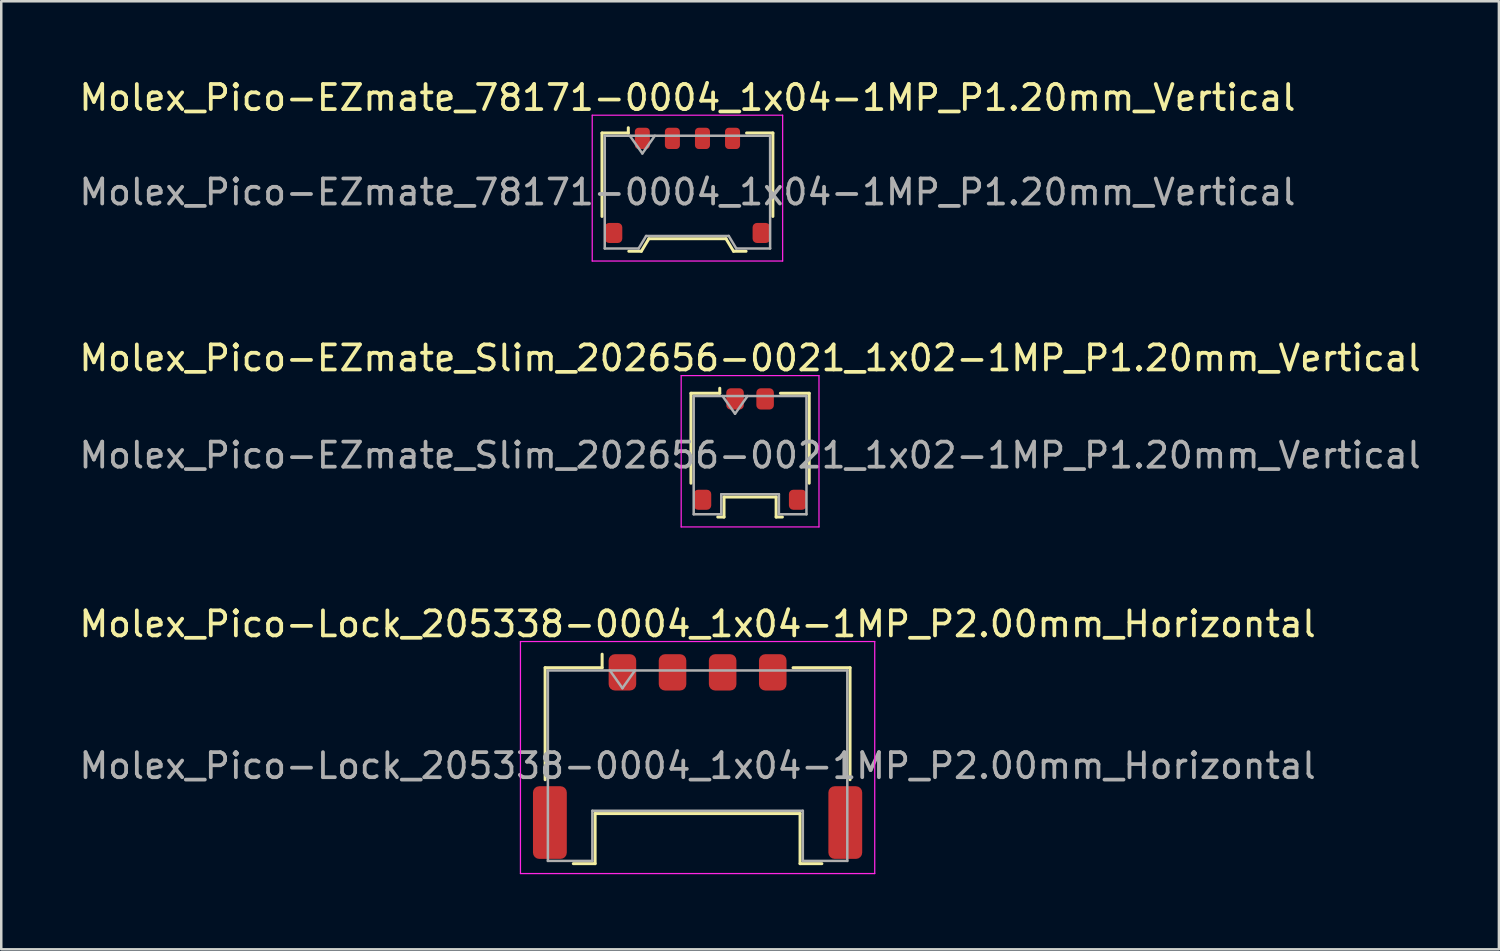
<source format=kicad_pcb>
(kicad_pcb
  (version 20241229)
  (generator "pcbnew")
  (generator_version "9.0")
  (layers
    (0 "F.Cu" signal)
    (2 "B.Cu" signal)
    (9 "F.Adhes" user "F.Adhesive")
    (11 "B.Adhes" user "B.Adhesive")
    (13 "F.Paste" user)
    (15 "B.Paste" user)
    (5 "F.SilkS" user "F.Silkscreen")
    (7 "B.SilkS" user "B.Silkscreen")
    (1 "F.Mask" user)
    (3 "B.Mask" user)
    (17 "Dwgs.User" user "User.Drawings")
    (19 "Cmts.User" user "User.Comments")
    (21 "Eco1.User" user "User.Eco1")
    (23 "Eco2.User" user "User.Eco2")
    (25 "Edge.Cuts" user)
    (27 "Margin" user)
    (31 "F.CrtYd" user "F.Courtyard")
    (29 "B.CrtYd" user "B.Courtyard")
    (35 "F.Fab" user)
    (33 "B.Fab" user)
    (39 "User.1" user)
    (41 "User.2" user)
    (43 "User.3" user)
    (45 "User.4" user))
  (footprint "Molex_Pico-EZmate_78171-0004_1x04-1MP_P1.20mm_Vertical"
    (layer "F.Cu")
    (at 24.387 4.348)
    (property "Reference" "Molex_Pico-EZmate_78171-0004_1x04-1MP_P1.20mm_Vertical" (at 0 -3.5 0) (layer "F.SilkS") (effects (font (size 1 1) (thickness 0.15))))
    (attr smd)
    (fp_line (start -3.41 -2.09) (end -2.36 -2.09) (stroke (width 0.12) (type solid)) (layer "F.SilkS"))
    (fp_line (start -3.41 1.24) (end -3.41 -2.09) (stroke (width 0.12) (type solid)) (layer "F.SilkS"))
    (fp_line (start -2.36 -2.09) (end -2.36 -2.3) (stroke (width 0.12) (type solid)) (layer "F.SilkS"))
    (fp_line (start -2.34 2.63) (end -1.84 2.63) (stroke (width 0.12) (type solid)) (layer "F.SilkS"))
    (fp_line (start -1.84 2.63) (end -1.54 2.13) (stroke (width 0.12) (type solid)) (layer "F.SilkS"))
    (fp_line (start -1.54 2.13) (end 1.54 2.13) (stroke (width 0.12) (type solid)) (layer "F.SilkS"))
    (fp_line (start 1.54 2.13) (end 1.84 2.63) (stroke (width 0.12) (type solid)) (layer "F.SilkS"))
    (fp_line (start 1.84 2.63) (end 2.34 2.63) (stroke (width 0.12) (type solid)) (layer "F.SilkS"))
    (fp_line (start 3.41 -2.09) (end 2.36 -2.09) (stroke (width 0.12) (type solid)) (layer "F.SilkS"))
    (fp_line (start 3.41 1.24) (end 3.41 -2.09) (stroke (width 0.12) (type solid)) (layer "F.SilkS"))
    (fp_line (start -3.8 -2.8) (end -3.8 3.02) (stroke (width 0.05) (type solid)) (layer "F.CrtYd"))
    (fp_line (start -3.8 3.02) (end 3.8 3.02) (stroke (width 0.05) (type solid)) (layer "F.CrtYd"))
    (fp_line (start 3.8 -2.8) (end -3.8 -2.8) (stroke (width 0.05) (type solid)) (layer "F.CrtYd"))
    (fp_line (start 3.8 3.02) (end 3.8 -2.8) (stroke (width 0.05) (type solid)) (layer "F.CrtYd"))
    (fp_line (start -3.3 -1.98) (end -3.3 2.52) (stroke (width 0.1) (type solid)) (layer "F.Fab"))
    (fp_line (start -3.3 -1.98) (end 3.3 -1.98) (stroke (width 0.1) (type solid)) (layer "F.Fab"))
    (fp_line (start -3.3 2.52) (end -1.95 2.52) (stroke (width 0.1) (type solid)) (layer "F.Fab"))
    (fp_line (start -2.3 -1.98) (end -1.8 -1.273) (stroke (width 0.1) (type solid)) (layer "F.Fab"))
    (fp_line (start -1.95 2.52) (end -1.65 2.02) (stroke (width 0.1) (type solid)) (layer "F.Fab"))
    (fp_line (start -1.8 -1.273) (end -1.3 -1.98) (stroke (width 0.1) (type solid)) (layer "F.Fab"))
    (fp_line (start -1.65 2.02) (end 1.65 2.02) (stroke (width 0.1) (type solid)) (layer "F.Fab"))
    (fp_line (start 1.65 2.02) (end 1.95 2.52) (stroke (width 0.1) (type solid)) (layer "F.Fab"))
    (fp_line (start 1.95 2.52) (end 3.3 2.52) (stroke (width 0.1) (type solid)) (layer "F.Fab"))
    (fp_line (start 3.3 -1.98) (end 3.3 2.52) (stroke (width 0.1) (type solid)) (layer "F.Fab"))
    (fp_text user "${REFERENCE}" (at 0 0.27 0) (layer "F.Fab") (effects (font (size 1 1) (thickness 0.15))))
    (pad "1" smd roundrect (at -1.8 -1.875) (size 0.6 0.85) (layers "F.Cu" "F.Mask" "F.Paste") (roundrect_rratio 0.25))
    (pad "2" smd roundrect (at -0.6 -1.875) (size 0.6 0.85) (layers "F.Cu" "F.Mask" "F.Paste") (roundrect_rratio 0.25))
    (pad "3" smd roundrect (at 0.6 -1.875) (size 0.6 0.85) (layers "F.Cu" "F.Mask" "F.Paste") (roundrect_rratio 0.25))
    (pad "4" smd roundrect (at 1.8 -1.875) (size 0.6 0.85) (layers "F.Cu" "F.Mask" "F.Paste") (roundrect_rratio 0.25))
    (pad "MP" smd roundrect (at -2.95 1.9) (size 0.7 0.8) (layers "F.Cu" "F.Mask" "F.Paste") (roundrect_rratio 0.25))
    (pad "MP" smd roundrect (at 2.95 1.9) (size 0.7 0.8) (layers "F.Cu" "F.Mask" "F.Paste") (roundrect_rratio 0.25)))
  (footprint "Molex_Pico-EZmate_Slim_202656-0021_1x02-1MP_P1.20mm_Vertical"
    (layer "F.Cu")
    (at 26.887 14.871)
    (property "Reference" "Molex_Pico-EZmate_Slim_202656-0021_1x02-1MP_P1.20mm_Vertical" (at 0 -3.63 0) (layer "F.SilkS") (effects (font (size 1 1) (thickness 0.15))))
    (attr smd)
    (fp_line (start -2.36 -2.225) (end -1.21 -2.225) (stroke (width 0.12) (type solid)) (layer "F.SilkS"))
    (fp_line (start -2.36 1.365) (end -2.36 -2.225) (stroke (width 0.12) (type solid)) (layer "F.SilkS"))
    (fp_line (start -1.29 2.715) (end -1.04 2.715) (stroke (width 0.12) (type solid)) (layer "F.SilkS"))
    (fp_line (start -1.21 -2.225) (end -1.21 -2.425) (stroke (width 0.12) (type solid)) (layer "F.SilkS"))
    (fp_line (start -1.04 1.915) (end 1.04 1.915) (stroke (width 0.12) (type solid)) (layer "F.SilkS"))
    (fp_line (start -1.04 2.715) (end -1.04 1.915) (stroke (width 0.12) (type solid)) (layer "F.SilkS"))
    (fp_line (start 1.04 1.915) (end 1.04 2.715) (stroke (width 0.12) (type solid)) (layer "F.SilkS"))
    (fp_line (start 1.04 2.715) (end 1.29 2.715) (stroke (width 0.12) (type solid)) (layer "F.SilkS"))
    (fp_line (start 2.36 -2.225) (end 1.21 -2.225) (stroke (width 0.12) (type solid)) (layer "F.SilkS"))
    (fp_line (start 2.36 1.365) (end 2.36 -2.225) (stroke (width 0.12) (type solid)) (layer "F.SilkS"))
    (fp_line (start -2.75 -2.93) (end -2.75 3.11) (stroke (width 0.05) (type solid)) (layer "F.CrtYd"))
    (fp_line (start -2.75 3.11) (end 2.75 3.11) (stroke (width 0.05) (type solid)) (layer "F.CrtYd"))
    (fp_line (start 2.75 -2.93) (end -2.75 -2.93) (stroke (width 0.05) (type solid)) (layer "F.CrtYd"))
    (fp_line (start 2.75 3.11) (end 2.75 -2.93) (stroke (width 0.05) (type solid)) (layer "F.CrtYd"))
    (fp_line (start -2.25 -2.115) (end -2.25 2.605) (stroke (width 0.1) (type solid)) (layer "F.Fab"))
    (fp_line (start -2.25 -2.115) (end 2.25 -2.115) (stroke (width 0.1) (type solid)) (layer "F.Fab"))
    (fp_line (start -2.25 2.605) (end -1.15 2.605) (stroke (width 0.1) (type solid)) (layer "F.Fab"))
    (fp_line (start -1.15 1.805) (end 1.15 1.805) (stroke (width 0.1) (type solid)) (layer "F.Fab"))
    (fp_line (start -1.15 2.605) (end -1.15 1.805) (stroke (width 0.1) (type solid)) (layer "F.Fab"))
    (fp_line (start -1.1 -2.115) (end -0.6 -1.408) (stroke (width 0.1) (type solid)) (layer "F.Fab"))
    (fp_line (start -0.6 -1.408) (end -0.1 -2.115) (stroke (width 0.1) (type solid)) (layer "F.Fab"))
    (fp_line (start 1.15 1.805) (end 1.15 2.605) (stroke (width 0.1) (type solid)) (layer "F.Fab"))
    (fp_line (start 1.15 2.605) (end 2.25 2.605) (stroke (width 0.1) (type solid)) (layer "F.Fab"))
    (fp_line (start 2.25 -2.115) (end 2.25 2.605) (stroke (width 0.1) (type solid)) (layer "F.Fab"))
    (fp_text user "${REFERENCE}" (at 0 0.25 0) (layer "F.Fab") (effects (font (size 1 1) (thickness 0.15))))
    (pad "1" smd roundrect (at -0.6 -2) (size 0.7 0.85) (layers "F.Cu" "F.Mask" "F.Paste") (roundrect_rratio 0.25))
    (pad "2" smd roundrect (at 0.6 -2) (size 0.7 0.85) (layers "F.Cu" "F.Mask" "F.Paste") (roundrect_rratio 0.25))
    (pad "MP" smd roundrect (at -1.9 2.025) (size 0.7 0.8) (layers "F.Cu" "F.Mask" "F.Paste") (roundrect_rratio 0.25))
    (pad "MP" smd roundrect (at 1.9 2.025) (size 0.7 0.8) (layers "F.Cu" "F.Mask" "F.Paste") (roundrect_rratio 0.25)))
  (footprint "Molex_Pico-Lock_205338-0004_1x04-1MP_P2.00mm_Horizontal"
    (layer "F.Cu")
    (at 24.792 27.145)
    (property "Reference" "Molex_Pico-Lock_205338-0004_1x04-1MP_P2.00mm_Horizontal" (at 0 -5.29 0) (layer "F.SilkS") (effects (font (size 1 1) (thickness 0.15))))
    (attr smd)
    (fp_line (start -6.085 -3.545) (end -3.81 -3.545) (stroke (width 0.12) (type solid)) (layer "F.SilkS"))
    (fp_line (start -6.085 0.925) (end -6.085 -3.545) (stroke (width 0.12) (type solid)) (layer "F.SilkS"))
    (fp_line (start -4.96 4.275) (end -4.09 4.275) (stroke (width 0.12) (type solid)) (layer "F.SilkS"))
    (fp_line (start -4.09 2.275) (end 4.09 2.275) (stroke (width 0.12) (type solid)) (layer "F.SilkS"))
    (fp_line (start -4.09 4.275) (end -4.09 2.275) (stroke (width 0.12) (type solid)) (layer "F.SilkS"))
    (fp_line (start -3.81 -3.545) (end -3.81 -4.085) (stroke (width 0.12) (type solid)) (layer "F.SilkS"))
    (fp_line (start 4.09 2.275) (end 4.09 4.275) (stroke (width 0.12) (type solid)) (layer "F.SilkS"))
    (fp_line (start 4.09 4.275) (end 4.96 4.275) (stroke (width 0.12) (type solid)) (layer "F.SilkS"))
    (fp_line (start 6.085 -3.545) (end 3.81 -3.545) (stroke (width 0.12) (type solid)) (layer "F.SilkS"))
    (fp_line (start 6.085 0.925) (end 6.085 -3.545) (stroke (width 0.12) (type solid)) (layer "F.SilkS"))
    (fp_line (start -7.07 -4.59) (end -7.07 4.67) (stroke (width 0.05) (type solid)) (layer "F.CrtYd"))
    (fp_line (start -7.07 4.67) (end 7.07 4.67) (stroke (width 0.05) (type solid)) (layer "F.CrtYd"))
    (fp_line (start 7.07 -4.59) (end -7.07 -4.59) (stroke (width 0.05) (type solid)) (layer "F.CrtYd"))
    (fp_line (start 7.07 4.67) (end 7.07 -4.59) (stroke (width 0.05) (type solid)) (layer "F.CrtYd"))
    (fp_line (start -5.975 -3.435) (end -5.975 4.165) (stroke (width 0.1) (type solid)) (layer "F.Fab"))
    (fp_line (start -5.975 -3.435) (end 5.975 -3.435) (stroke (width 0.1) (type solid)) (layer "F.Fab"))
    (fp_line (start -5.975 4.165) (end -4.2 4.165) (stroke (width 0.1) (type solid)) (layer "F.Fab"))
    (fp_line (start -4.2 2.165) (end 4.2 2.165) (stroke (width 0.1) (type solid)) (layer "F.Fab"))
    (fp_line (start -4.2 4.165) (end -4.2 2.165) (stroke (width 0.1) (type solid)) (layer "F.Fab"))
    (fp_line (start -3.5 -3.435) (end -3 -2.728) (stroke (width 0.1) (type solid)) (layer "F.Fab"))
    (fp_line (start -3 -2.728) (end -2.5 -3.435) (stroke (width 0.1) (type solid)) (layer "F.Fab"))
    (fp_line (start 4.2 2.165) (end 4.2 4.165) (stroke (width 0.1) (type solid)) (layer "F.Fab"))
    (fp_line (start 4.2 4.165) (end 5.975 4.165) (stroke (width 0.1) (type solid)) (layer "F.Fab"))
    (fp_line (start 5.975 -3.435) (end 5.975 4.165) (stroke (width 0.1) (type solid)) (layer "F.Fab"))
    (fp_text user "${REFERENCE}" (at 0 0.37 0) (layer "F.Fab") (effects (font (size 1 1) (thickness 0.15))))
    (pad "1" smd roundrect (at -3 -3.36) (size 1.1 1.45) (layers "F.Cu" "F.Mask" "F.Paste") (roundrect_rratio 0.227))
    (pad "2" smd roundrect (at -1 -3.36) (size 1.1 1.45) (layers "F.Cu" "F.Mask" "F.Paste") (roundrect_rratio 0.227))
    (pad "3" smd roundrect (at 1 -3.36) (size 1.1 1.45) (layers "F.Cu" "F.Mask" "F.Paste") (roundrect_rratio 0.227))
    (pad "4" smd roundrect (at 3 -3.36) (size 1.1 1.45) (layers "F.Cu" "F.Mask" "F.Paste") (roundrect_rratio 0.227))
    (pad "MP" smd roundrect (at -5.895 2.635) (size 1.35 2.9) (layers "F.Cu" "F.Mask" "F.Paste") (roundrect_rratio 0.185))
    (pad "MP" smd roundrect (at 5.895 2.635) (size 1.35 2.9) (layers "F.Cu" "F.Mask" "F.Paste") (roundrect_rratio 0.185)))
  (gr_rect
    (start -3 -3)
    (end 56.774 34.84)
    (stroke (width 0.1) (type default))
    (fill no)
    (layer "Edge.Cuts")))
</source>
